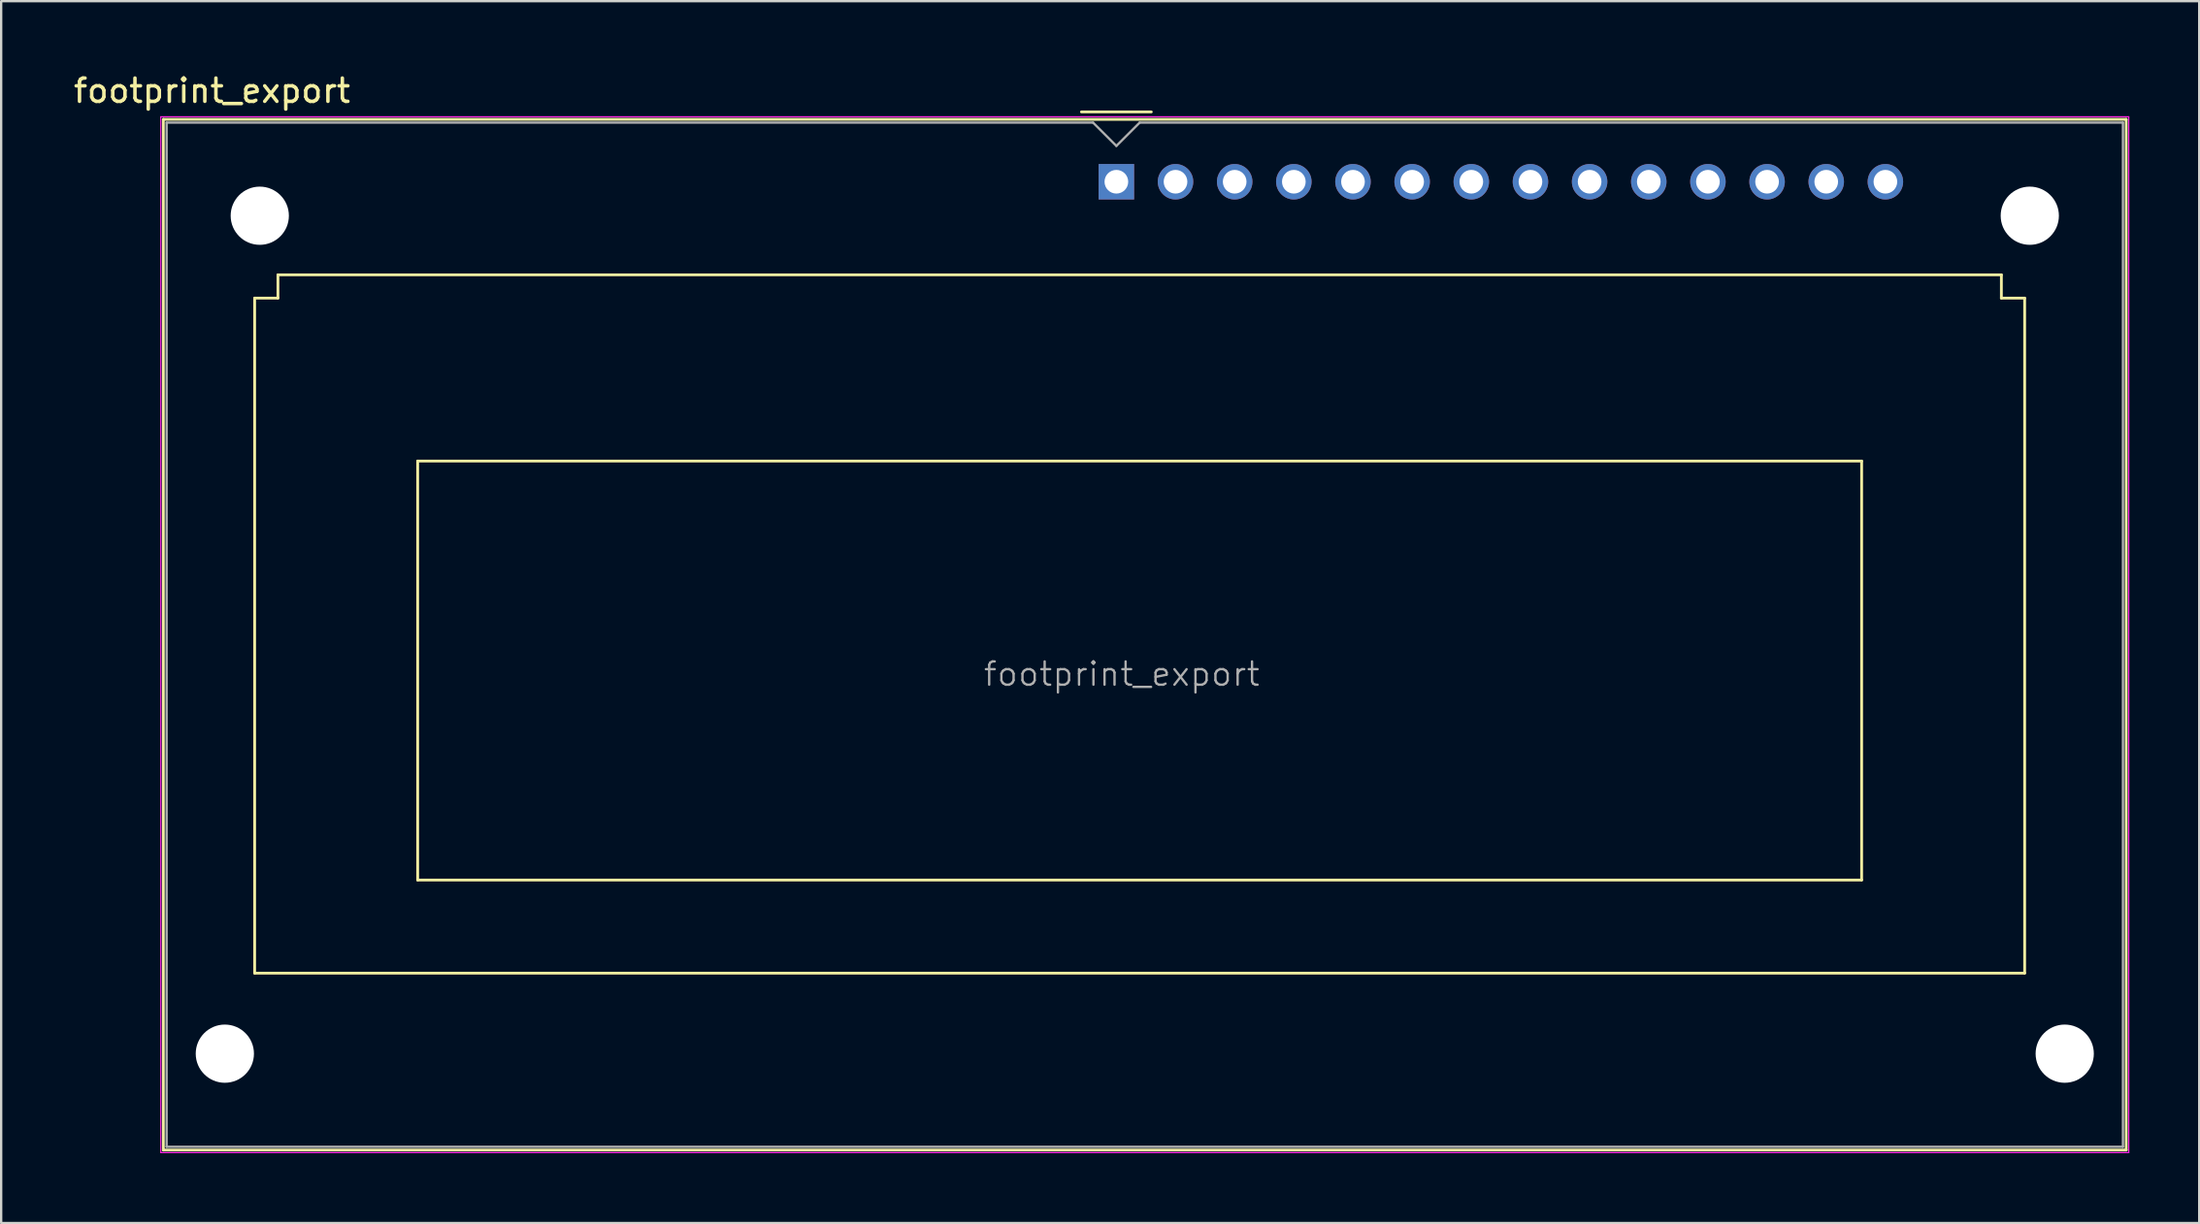
<source format=kicad_pcb>
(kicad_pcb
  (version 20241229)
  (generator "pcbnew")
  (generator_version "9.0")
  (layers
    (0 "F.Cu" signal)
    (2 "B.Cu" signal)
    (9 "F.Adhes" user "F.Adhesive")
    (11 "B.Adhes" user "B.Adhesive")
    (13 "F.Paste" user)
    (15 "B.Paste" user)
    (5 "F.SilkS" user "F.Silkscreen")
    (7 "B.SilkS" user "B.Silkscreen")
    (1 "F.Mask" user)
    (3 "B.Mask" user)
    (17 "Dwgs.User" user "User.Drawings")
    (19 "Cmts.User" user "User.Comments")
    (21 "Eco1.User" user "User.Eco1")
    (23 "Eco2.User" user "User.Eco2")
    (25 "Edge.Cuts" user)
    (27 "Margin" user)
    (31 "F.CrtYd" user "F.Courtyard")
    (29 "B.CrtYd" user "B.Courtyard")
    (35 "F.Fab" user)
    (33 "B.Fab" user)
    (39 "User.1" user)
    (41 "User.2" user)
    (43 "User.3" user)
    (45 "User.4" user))
  (footprint "footprint_export"
    (layer "F.Cu")
    (at 44.884 4.758)
    (property "Reference" "footprint_export" (at -38.83 -3.91 0) (layer "F.SilkS") (effects (font (size 1 1) (thickness 0.15))))
    (attr through_hole)
    (fp_line (start -40.92 -2.68) (end 43.36 -2.68) (stroke (width 0.12) (type solid)) (layer "F.SilkS"))
    (fp_line (start -40.92 41.6) (end -40.92 -2.68) (stroke (width 0.12) (type solid)) (layer "F.SilkS"))
    (fp_line (start -37 5) (end -36 5) (stroke (width 0.12) (type solid)) (layer "F.SilkS"))
    (fp_line (start -37 34) (end -37 5) (stroke (width 0.12) (type solid)) (layer "F.SilkS"))
    (fp_line (start -36 4) (end 38 4) (stroke (width 0.12) (type solid)) (layer "F.SilkS"))
    (fp_line (start -36 5) (end -36 4) (stroke (width 0.12) (type solid)) (layer "F.SilkS"))
    (fp_line (start -30 12) (end 32 12) (stroke (width 0.12) (type solid)) (layer "F.SilkS"))
    (fp_line (start -30 30) (end -30 12) (stroke (width 0.12) (type solid)) (layer "F.SilkS"))
    (fp_line (start -1.5 -3) (end 1.5 -3) (stroke (width 0.12) (type solid)) (layer "F.SilkS"))
    (fp_line (start 32 12) (end 32 30) (stroke (width 0.12) (type solid)) (layer "F.SilkS"))
    (fp_line (start 32 30) (end -30 30) (stroke (width 0.12) (type solid)) (layer "F.SilkS"))
    (fp_line (start 38 4) (end 38 5) (stroke (width 0.12) (type solid)) (layer "F.SilkS"))
    (fp_line (start 38 5) (end 39 5) (stroke (width 0.12) (type solid)) (layer "F.SilkS"))
    (fp_line (start 39 5) (end 39 34) (stroke (width 0.12) (type solid)) (layer "F.SilkS"))
    (fp_line (start 39 34) (end -37 34) (stroke (width 0.12) (type solid)) (layer "F.SilkS"))
    (fp_line (start 43.36 -2.68) (end 43.36 41.6) (stroke (width 0.12) (type solid)) (layer "F.SilkS"))
    (fp_line (start 43.36 41.6) (end -40.92 41.6) (stroke (width 0.12) (type solid)) (layer "F.SilkS"))
    (fp_line (start -41.03 -2.79) (end 43.47 -2.79) (stroke (width 0.05) (type solid)) (layer "F.CrtYd"))
    (fp_line (start -41.03 41.71) (end -41.03 -2.79) (stroke (width 0.05) (type solid)) (layer "F.CrtYd"))
    (fp_line (start 43.47 -2.79) (end 43.47 41.71) (stroke (width 0.05) (type solid)) (layer "F.CrtYd"))
    (fp_line (start 43.47 41.71) (end -41.03 41.71) (stroke (width 0.05) (type solid)) (layer "F.CrtYd"))
    (fp_line (start -40.78 -2.54) (end -40.78 41.46) (stroke (width 0.1) (type solid)) (layer "F.Fab"))
    (fp_line (start -40.78 41.46) (end 43.22 41.46) (stroke (width 0.1) (type solid)) (layer "F.Fab"))
    (fp_line (start -1 -2.54) (end -40.78 -2.54) (stroke (width 0.1) (type solid)) (layer "F.Fab"))
    (fp_line (start 0 -1.54) (end -1 -2.54) (stroke (width 0.1) (type solid)) (layer "F.Fab"))
    (fp_line (start 1 -2.54) (end 0 -1.54) (stroke (width 0.1) (type solid)) (layer "F.Fab"))
    (fp_line (start 1 -2.54) (end 43.22 -2.54) (stroke (width 0.1) (type solid)) (layer "F.Fab"))
    (fp_line (start 43.22 -2.54) (end 43.22 41.46) (stroke (width 0.1) (type solid)) (layer "F.Fab"))
    (fp_text user "${REFERENCE}" (at 0.23 21.15 0) (layer "F.Fab") (effects (font (size 1 1) (thickness 0.1))))
    (pad "" np_thru_hole circle (at -38.28 37.46 180) (size 2.5 2.5) (drill 2.5) (layers "*.Cu" "*.Mask"))
    (pad "" np_thru_hole circle (at -36.78 1.46 180) (size 2.5 2.5) (drill 2.5) (layers "*.Cu" "*.Mask"))
    (pad "" np_thru_hole circle (at 39.22 1.46 180) (size 2.5 2.5) (drill 2.5) (layers "*.Cu" "*.Mask"))
    (pad "" np_thru_hole circle (at 40.72 37.46 180) (size 2.5 2.5) (drill 2.5) (layers "*.Cu" "*.Mask"))
    (pad "1" thru_hole rect (at 0 0 180) (size 1.524 1.524) (drill 1.016) (layers "*.Cu" "*.Mask"))
    (pad "2" thru_hole circle (at 2.54 0 180) (size 1.524 1.524) (drill 1.016) (layers "*.Cu" "*.Mask"))
    (pad "3" thru_hole circle (at 5.08 0 180) (size 1.524 1.524) (drill 1.016) (layers "*.Cu" "*.Mask"))
    (pad "4" thru_hole circle (at 7.62 0 180) (size 1.524 1.524) (drill 1.016) (layers "*.Cu" "*.Mask"))
    (pad "5" thru_hole circle (at 10.16 0 180) (size 1.524 1.524) (drill 1.016) (layers "*.Cu" "*.Mask"))
    (pad "6" thru_hole circle (at 12.7 0 180) (size 1.524 1.524) (drill 1.016) (layers "*.Cu" "*.Mask"))
    (pad "7" thru_hole circle (at 15.24 0 180) (size 1.524 1.524) (drill 1.016) (layers "*.Cu" "*.Mask"))
    (pad "8" thru_hole circle (at 17.78 0 180) (size 1.524 1.524) (drill 1.016) (layers "*.Cu" "*.Mask"))
    (pad "9" thru_hole circle (at 20.32 0 180) (size 1.524 1.524) (drill 1.016) (layers "*.Cu" "*.Mask"))
    (pad "10" thru_hole circle (at 22.86 0 180) (size 1.524 1.524) (drill 1.016) (layers "*.Cu" "*.Mask"))
    (pad "11" thru_hole circle (at 25.4 0 180) (size 1.524 1.524) (drill 1.016) (layers "*.Cu" "*.Mask"))
    (pad "12" thru_hole circle (at 27.94 0 180) (size 1.524 1.524) (drill 1.016) (layers "*.Cu" "*.Mask"))
    (pad "13" thru_hole circle (at 30.48 0 180) (size 1.524 1.524) (drill 1.016) (layers "*.Cu" "*.Mask"))
    (pad "14" thru_hole circle (at 33.02 0 180) (size 1.524 1.524) (drill 1.016) (layers "*.Cu" "*.Mask")))
  (gr_rect
    (start -3 -3)
    (end 91.379 49.493)
    (stroke (width 0.1) (type default))
    (fill no)
    (layer "Edge.Cuts")))
</source>
